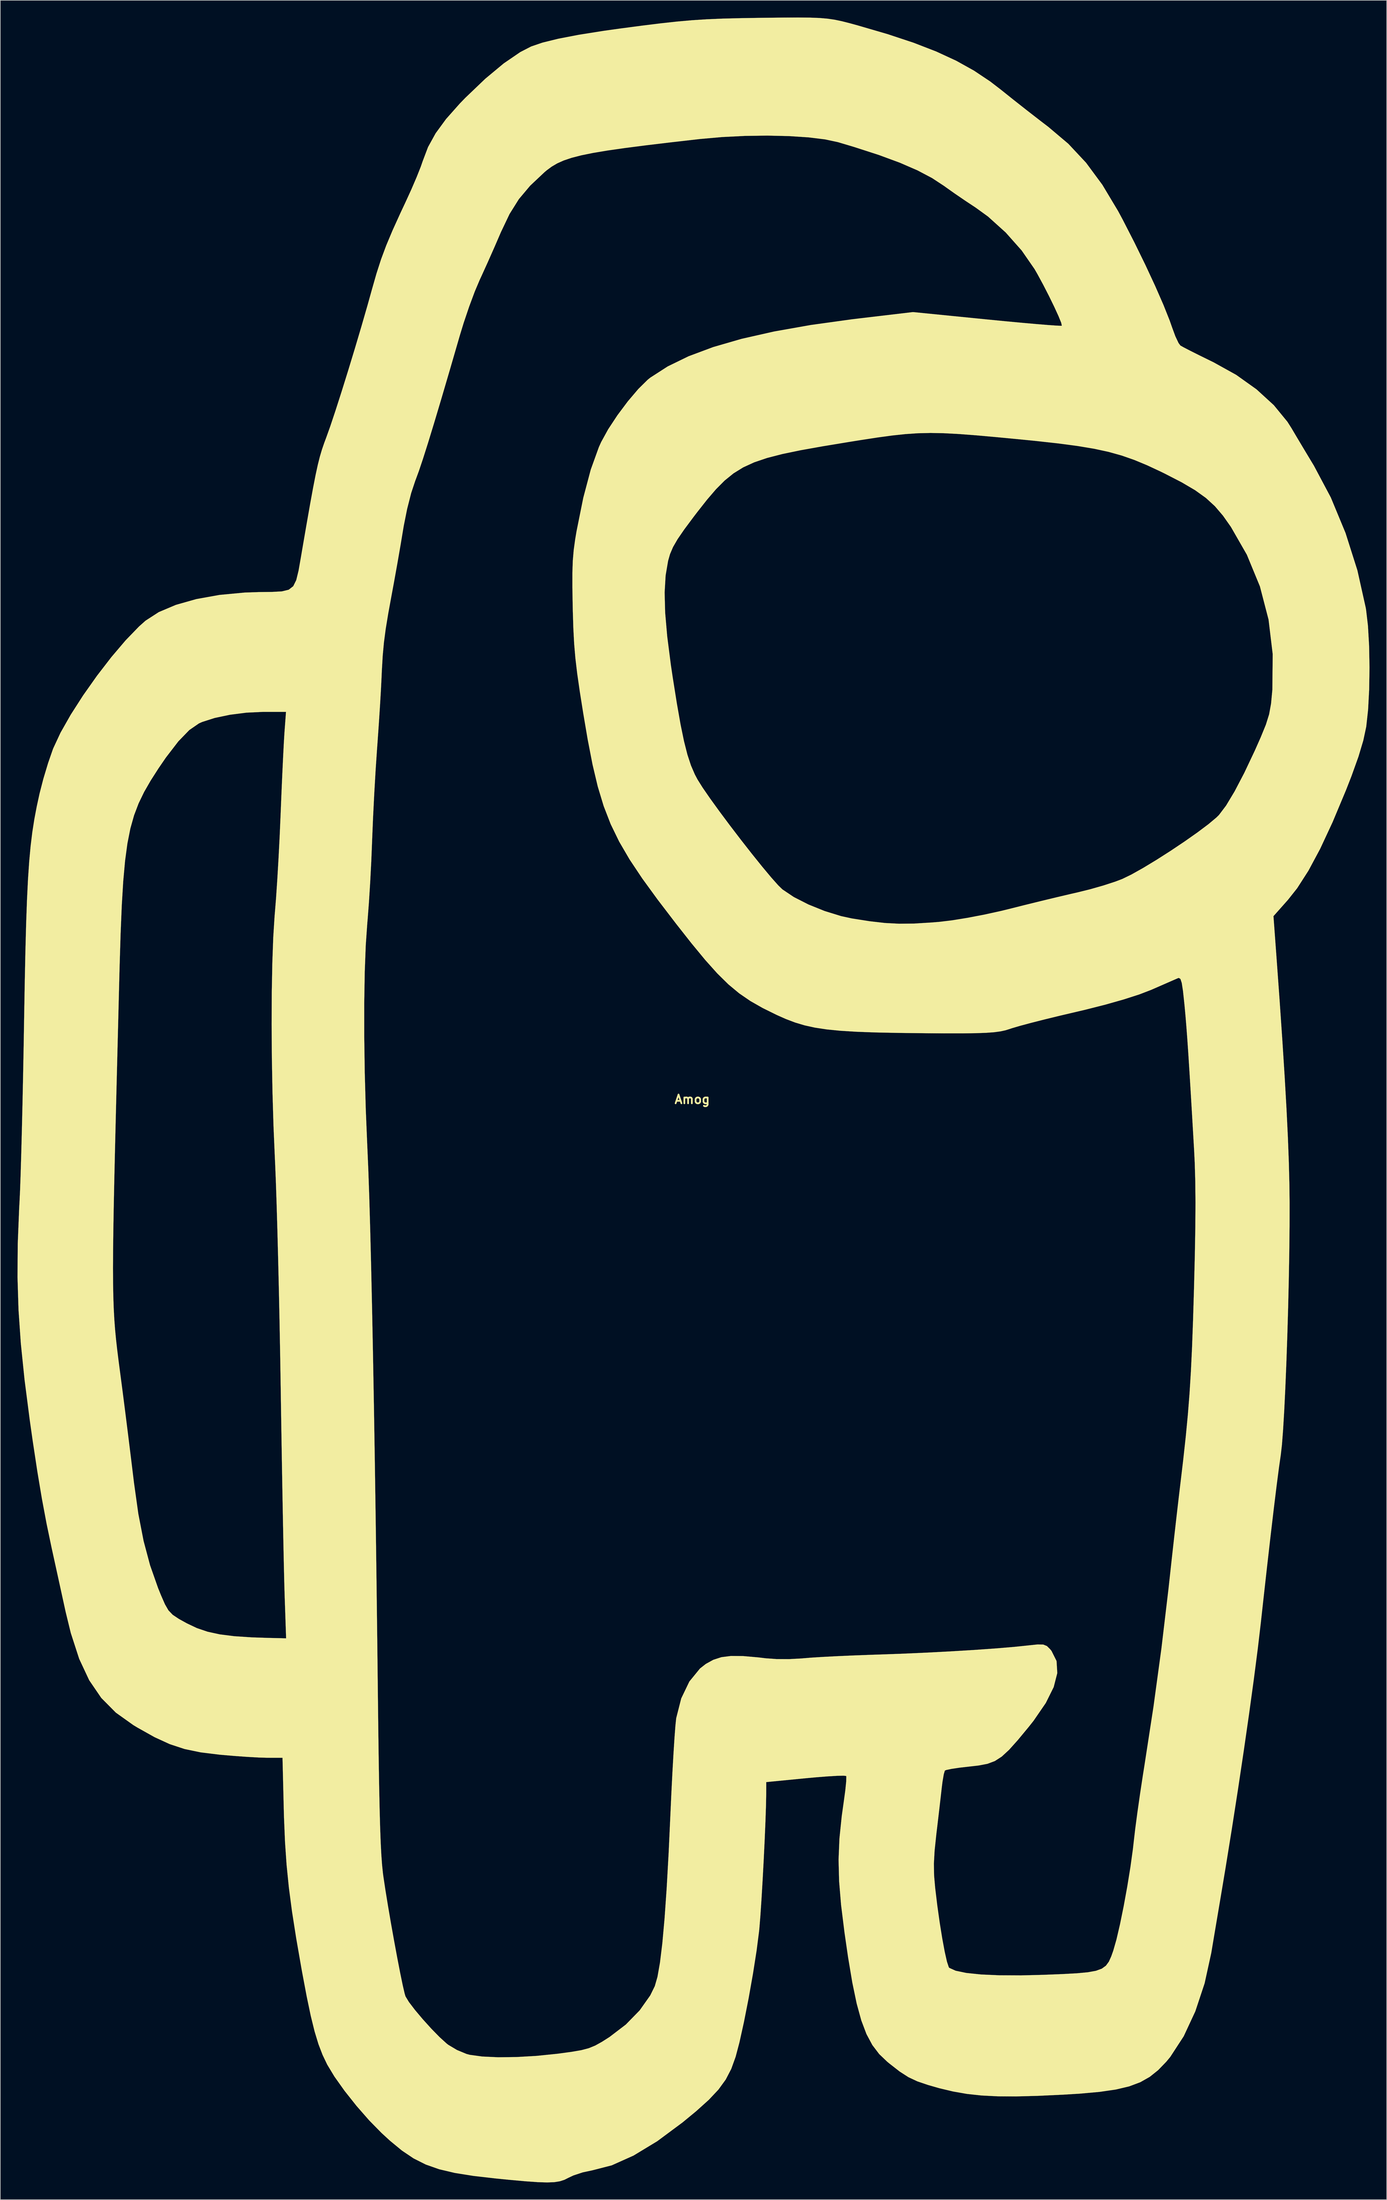
<source format=kicad_pcb>
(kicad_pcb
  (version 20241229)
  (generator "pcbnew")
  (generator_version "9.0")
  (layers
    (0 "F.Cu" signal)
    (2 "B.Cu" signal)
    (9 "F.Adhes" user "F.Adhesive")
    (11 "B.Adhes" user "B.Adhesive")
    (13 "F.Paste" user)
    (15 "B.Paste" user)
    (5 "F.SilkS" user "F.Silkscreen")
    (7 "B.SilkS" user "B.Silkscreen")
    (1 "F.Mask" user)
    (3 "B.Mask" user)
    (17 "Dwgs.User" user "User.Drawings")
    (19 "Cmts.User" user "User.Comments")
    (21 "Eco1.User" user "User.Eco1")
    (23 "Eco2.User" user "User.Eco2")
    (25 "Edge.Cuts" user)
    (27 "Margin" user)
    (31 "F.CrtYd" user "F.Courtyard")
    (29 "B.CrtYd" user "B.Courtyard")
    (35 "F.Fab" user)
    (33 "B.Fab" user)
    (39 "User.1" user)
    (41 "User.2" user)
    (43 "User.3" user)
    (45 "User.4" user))
  (footprint "Amog"
    (layer "F.Cu")
    (at 117.688 188.645)
    (property "Reference" "Amog" (at 0 0 0) (layer "F.SilkS") (effects (font (size 1.524 1.524) (thickness 0.3))))
    (attr through_hole)
    (fp_poly (pts (xy 20.534 -188.621) (xy 22.202 -188.557) (xy 23.595 -188.438) (xy 24.847 -188.254) (xy 26.09 -187.993) (xy 27.459 -187.646) (xy 28.827 -187.271) (xy 34.062 -185.744) (xy 38.602 -184.24) (xy 42.554 -182.71) (xy 46.027 -181.107) (xy 49.13 -179.381) (xy 51.971 -177.483) (xy 53.824 -176.058) (xy 55.956 -174.352) (xy 58.411 -172.419) (xy 60.817 -170.552) (xy 62.089 -169.581) (xy 65.591 -166.623) (xy 68.683 -163.32) (xy 71.526 -159.472) (xy 74.28 -154.876) (xy 75.075 -153.396) (xy 77.106 -149.433) (xy 79.02 -145.521) (xy 80.736 -141.832) (xy 82.179 -138.535) (xy 83.268 -135.8) (xy 83.68 -134.626) (xy 84.258 -133.056) (xy 84.813 -131.883) (xy 85.132 -131.45) (xy 85.692 -131.133) (xy 86.851 -130.533) (xy 88.455 -129.729) (xy 90.349 -128.798) (xy 90.916 -128.522) (xy 94.87 -126.328) (xy 98.413 -123.803) (xy 101.429 -121.046) (xy 103.799 -118.156) (xy 104.501 -117.052) (xy 105.416 -115.504) (xy 106.617 -113.492) (xy 107.9 -111.357) (xy 108.425 -110.49) (xy 111.373 -104.945) (xy 113.938 -98.759) (xy 116.005 -92.249) (xy 117.46 -85.732) (xy 117.522 -85.366) (xy 117.848 -82.58) (xy 118.047 -79.118) (xy 118.117 -75.306) (xy 118.059 -71.473) (xy 117.872 -67.944) (xy 117.556 -65.047) (xy 117.538 -64.93) (xy 117.038 -62.584) (xy 116.197 -59.772) (xy 114.971 -56.352) (xy 114.01 -53.897) (xy 111.682 -48.34) (xy 109.516 -43.692) (xy 107.47 -39.877) (xy 105.506 -36.82) (xy 103.9 -34.795) (xy 101.369 -31.943) (xy 101.863 -25.242) (xy 102.442 -17.229) (xy 102.929 -10.131) (xy 103.328 -3.855) (xy 103.644 1.691) (xy 103.883 6.601) (xy 104.049 10.968) (xy 104.147 14.884) (xy 104.182 18.034) (xy 104.175 22.167) (xy 104.126 26.696) (xy 104.041 31.478) (xy 103.925 36.372) (xy 103.783 41.239) (xy 103.619 45.937) (xy 103.438 50.325) (xy 103.246 54.263) (xy 103.047 57.609) (xy 102.847 60.222) (xy 102.649 61.962) (xy 102.647 61.976) (xy 102.326 64.214) (xy 101.914 67.382) (xy 101.421 71.401) (xy 100.855 76.194) (xy 100.227 81.683) (xy 99.545 87.788) (xy 99.172 91.186) (xy 98.636 95.75) (xy 97.942 101.127) (xy 97.116 107.142) (xy 96.183 113.618) (xy 95.17 120.381) (xy 94.101 127.254) (xy 93.002 134.062) (xy 92.145 139.192) (xy 91.671 141.99) (xy 91.183 144.883) (xy 90.75 147.464) (xy 90.52 148.844) (xy 89.361 154.131) (xy 87.734 159.033) (xy 85.714 163.37) (xy 83.374 166.962) (xy 82.669 167.813) (xy 81.261 169.269) (xy 79.789 170.446) (xy 78.141 171.379) (xy 76.208 172.104) (xy 73.88 172.654) (xy 71.045 173.066) (xy 67.593 173.375) (xy 64.71 173.551) (xy 60.276 173.757) (xy 56.512 173.856) (xy 53.284 173.839) (xy 50.461 173.697) (xy 47.909 173.421) (xy 45.496 172.999) (xy 43.088 172.425) (xy 41.124 171.862) (xy 39.261 171.23) (xy 37.71 170.504) (xy 36.173 169.515) (xy 34.352 168.094) (xy 33.997 167.801) (xy 32.603 166.469) (xy 31.413 164.904) (xy 30.387 162.991) (xy 29.488 160.615) (xy 28.678 157.661) (xy 27.92 154.015) (xy 27.175 149.563) (xy 26.556 145.288) (xy 25.959 140.473) (xy 25.614 136.328) (xy 25.519 132.559) (xy 25.673 128.873) (xy 26.075 124.976) (xy 26.43 122.438) (xy 26.694 120.496) (xy 26.849 118.961) (xy 26.871 118.085) (xy 26.843 117.981) (xy 26.39 117.929) (xy 25.268 117.955) (xy 23.614 118.052) (xy 21.564 118.213) (xy 19.764 118.378) (xy 12.902 119.048) (xy 12.896 121.119) (xy 12.859 123.139) (xy 12.765 125.893) (xy 12.628 129.142) (xy 12.458 132.649) (xy 12.269 136.176) (xy 12.073 139.484) (xy 11.882 142.335) (xy 11.709 144.492) (xy 11.655 145.034) (xy 11.22 148.429) (xy 10.592 152.438) (xy 9.835 156.71) (xy 9.01 160.897) (xy 8.228 164.435) (xy 7.563 166.949) (xy 6.802 169.058) (xy 5.84 170.912) (xy 4.57 172.66) (xy 2.887 174.449) (xy 0.685 176.431) (xy -1.693 178.391) (xy -6.108 181.667) (xy -10.242 184.17) (xy -14.044 185.873) (xy -17.441 186.745) (xy -19.106 187.1) (xy -20.721 187.633) (xy -21.566 188.028) (xy -22.29 188.392) (xy -23.08 188.65) (xy -24.046 188.805) (xy -25.297 188.856) (xy -26.943 188.805) (xy -29.094 188.654) (xy -31.859 188.404) (xy -34.27 188.165) (xy -38.173 187.717) (xy -41.414 187.2) (xy -44.136 186.558) (xy -46.483 185.732) (xy -48.6 184.667) (xy -50.629 183.303) (xy -52.716 181.585) (xy -54.196 180.226) (xy -56.346 178.036) (xy -58.552 175.516) (xy -60.633 172.895) (xy -62.406 170.4) (xy -63.664 168.315) (xy -64.472 166.626) (xy -65.191 164.754) (xy -65.864 162.537) (xy -66.534 159.817) (xy -67.243 156.433) (xy -68.035 152.226) (xy -68.141 151.644) (xy -69.076 146.27) (xy -69.804 141.619) (xy -70.353 137.442) (xy -70.751 133.489) (xy -71.025 129.51) (xy -71.202 125.257) (xy -71.248 123.571) (xy -71.463 114.808) (xy -74.134 114.806) (xy -75.564 114.765) (xy -77.547 114.655) (xy -79.835 114.492) (xy -82.177 114.292) (xy -82.449 114.267) (xy -85.733 113.865) (xy -88.535 113.284) (xy -91.127 112.431) (xy -93.782 111.213) (xy -96.774 109.536) (xy -97.475 109.114) (xy -100.534 106.934) (xy -103.076 104.369) (xy -105.18 101.287) (xy -106.925 97.56) (xy -108.387 93.055) (xy -109.282 89.386) (xy -109.944 86.358) (xy -110.682 82.989) (xy -111.383 79.791) (xy -111.725 78.232) (xy -112.606 74.02) (xy -113.422 69.665) (xy -114.216 64.928) (xy -115.029 59.566) (xy -115.552 55.88) (xy -116.454 48.883) (xy -117.101 42.579) (xy -117.507 36.703) (xy -117.683 30.991) (xy -117.671 29.425) (xy -101.031 29.425) (xy -101.017 32.066) (xy -100.975 34.384) (xy -100.904 36.448) (xy -100.803 38.327) (xy -100.671 40.09) (xy -100.508 41.806) (xy -100.313 43.545) (xy -100.086 45.377) (xy -99.825 47.369) (xy -99.532 49.591) (xy -99.341 51.054) (xy -98.899 54.504) (xy -98.397 58.499) (xy -97.892 62.578) (xy -97.44 66.283) (xy -97.378 66.802) (xy -96.612 72.279) (xy -95.695 77.004) (xy -94.568 81.232) (xy -93.166 85.221) (xy -92.652 86.485) (xy -91.967 88.049) (xy -91.36 89.103) (xy -90.62 89.877) (xy -89.532 90.603) (xy -88.135 91.374) (xy -86.394 92.199) (xy -84.533 92.83) (xy -82.409 93.292) (xy -79.876 93.612) (xy -76.791 93.815) (xy -74.021 93.906) (xy -70.835 93.98) (xy -71.092 86.487) (xy -71.149 84.535) (xy -71.217 81.692) (xy -71.295 78.085) (xy -71.379 73.839) (xy -71.468 69.08) (xy -71.559 63.934) (xy -71.649 58.525) (xy -71.737 52.981) (xy -71.773 50.546) (xy -71.867 44.802) (xy -71.976 38.995) (xy -72.097 33.274) (xy -72.227 27.785) (xy -72.361 22.678) (xy -72.496 18.099) (xy -72.628 14.198) (xy -72.753 11.122) (xy -72.788 10.408) (xy -73.033 4.697) (xy -73.211 -1.24) (xy -73.32 -7.231) (xy -73.362 -13.104) (xy -73.344 -16.818) (xy -57.212 -16.818) (xy -57.211 -10.917) (xy -57.121 -4.655) (xy -56.941 1.806) (xy -56.672 8.304) (xy -56.66 8.544) (xy -56.499 12.303) (xy -56.335 17.029) (xy -56.171 22.674) (xy -56.007 29.19) (xy -55.843 36.526) (xy -55.681 44.636) (xy -55.522 53.469) (xy -55.367 62.978) (xy -55.216 73.114) (xy -55.071 83.828) (xy -54.932 95.072) (xy -54.84 103.124) (xy -54.765 109.579) (xy -54.689 115.103) (xy -54.612 119.782) (xy -54.529 123.701) (xy -54.44 126.946) (xy -54.34 129.602) (xy -54.228 131.754) (xy -54.101 133.488) (xy -53.956 134.89) (xy -53.885 135.435) (xy -53.526 137.829) (xy -53.069 140.635) (xy -52.549 143.672) (xy -51.998 146.756) (xy -51.451 149.705) (xy -50.941 152.335) (xy -50.502 154.464) (xy -50.168 155.908) (xy -50.014 156.416) (xy -49.423 157.392) (xy -48.361 158.785) (xy -47 160.4) (xy -45.514 162.042) (xy -44.074 163.515) (xy -42.854 164.624) (xy -42.555 164.858) (xy -41.038 165.764) (xy -39.376 166.453) (xy -38.817 166.604) (xy -36.644 166.902) (xy -33.855 167.03) (xy -30.626 166.991) (xy -27.138 166.789) (xy -23.566 166.425) (xy -23.299 166.391) (xy -21.028 166.083) (xy -19.348 165.793) (xy -18.049 165.451) (xy -16.919 164.988) (xy -15.745 164.335) (xy -14.429 163.497) (xy -11.588 161.329) (xy -9.173 158.858) (xy -7.327 156.246) (xy -6.532 154.629) (xy -6.066 153.013) (xy -5.628 150.526) (xy -5.216 147.143) (xy -4.829 142.84) (xy -4.463 137.593) (xy -4.116 131.377) (xy -3.821 124.968) (xy -3.645 121.089) (xy -3.46 117.414) (xy -3.273 114.104) (xy -3.095 111.317) (xy -2.936 109.213) (xy -2.804 107.951) (xy -2.795 107.891) (xy -1.92 104.457) (xy -0.505 101.513) (xy 1.348 99.243) (xy 2.364 98.447) (xy 3.67 97.727) (xy 5.084 97.268) (xy 6.761 97.055) (xy 8.857 97.073) (xy 11.526 97.307) (xy 12.806 97.461) (xy 14.684 97.595) (xy 16.913 97.605) (xy 19.044 97.491) (xy 19.257 97.47) (xy 20.708 97.352) (xy 22.792 97.222) (xy 25.335 97.091) (xy 28.162 96.966) (xy 31.1 96.857) (xy 32.254 96.819) (xy 36.532 96.668) (xy 40.883 96.475) (xy 45.161 96.251) (xy 49.222 96.004) (xy 52.918 95.744) (xy 56.105 95.478) (xy 58.638 95.216) (xy 58.726 95.205) (xy 60.248 95.047) (xy 61.211 95.067) (xy 61.853 95.324) (xy 62.417 95.878) (xy 62.657 96.173) (xy 63.538 97.934) (xy 63.665 100.039) (xy 63.038 102.481) (xy 61.66 105.254) (xy 59.533 108.351) (xy 58.697 109.406) (xy 56.779 111.722) (xy 55.261 113.416) (xy 53.981 114.598) (xy 52.778 115.376) (xy 51.49 115.858) (xy 49.956 116.152) (xy 48.373 116.333) (xy 46.639 116.531) (xy 45.221 116.742) (xy 44.301 116.936) (xy 44.054 117.043) (xy 43.865 117.682) (xy 43.644 118.99) (xy 43.515 120.015) (xy 43.326 121.68) (xy 43.059 123.984) (xy 42.755 126.566) (xy 42.573 128.093) (xy 42.268 130.987) (xy 42.14 133.28) (xy 42.179 135.362) (xy 42.365 137.491) (xy 42.734 140.556) (xy 43.155 143.55) (xy 43.597 146.298) (xy 44.029 148.626) (xy 44.419 150.358) (xy 44.738 151.32) (xy 44.825 151.441) (xy 45.936 151.943) (xy 47.797 152.33) (xy 50.359 152.596) (xy 53.569 152.738) (xy 57.378 152.753) (xy 61.283 152.655) (xy 64.521 152.527) (xy 67.054 152.391) (xy 68.982 152.212) (xy 70.406 151.955) (xy 71.427 151.584) (xy 72.145 151.065) (xy 72.661 150.363) (xy 73.076 149.443) (xy 73.435 148.43) (xy 73.984 146.514) (xy 74.605 143.847) (xy 75.25 140.681) (xy 75.872 137.272) (xy 76.423 133.871) (xy 76.857 130.733) (xy 77.02 129.286) (xy 77.268 127.154) (xy 77.643 124.332) (xy 78.102 121.124) (xy 78.601 117.834) (xy 78.84 116.332) (xy 80.449 105.877) (xy 81.828 95.764) (xy 83.058 85.4) (xy 83.259 83.566) (xy 83.652 79.975) (xy 84.074 76.193) (xy 84.489 72.545) (xy 84.86 69.354) (xy 85.074 67.564) (xy 85.627 62.907) (xy 86.077 58.79) (xy 86.44 54.991) (xy 86.733 51.286) (xy 86.971 47.455) (xy 87.17 43.273) (xy 87.345 38.519) (xy 87.51 33.02) (xy 87.657 27.197) (xy 87.743 22.241) (xy 87.769 18.004) (xy 87.735 14.339) (xy 87.641 11.099) (xy 87.533 8.89) (xy 87.219 3.48) (xy 86.952 -1.037) (xy 86.723 -4.783) (xy 86.526 -7.878) (xy 86.351 -10.443) (xy 86.19 -12.599) (xy 86.036 -14.468) (xy 85.881 -16.169) (xy 85.831 -16.678) (xy 85.591 -18.912) (xy 85.377 -20.296) (xy 85.148 -20.997) (xy 84.862 -21.177) (xy 84.714 -21.136) (xy 84.075 -20.858) (xy 82.867 -20.33) (xy 81.282 -19.637) (xy 80.03 -19.09) (xy 77.966 -18.297) (xy 75.248 -17.423) (xy 72.021 -16.509) (xy 68.431 -15.6) (xy 66.927 -15.248) (xy 64.155 -14.598) (xy 61.5 -13.95) (xy 59.116 -13.344) (xy 57.158 -12.819) (xy 55.78 -12.414) (xy 55.437 -12.299) (xy 54.637 -12.047) (xy 53.736 -11.851) (xy 52.632 -11.704) (xy 51.225 -11.601) (xy 49.412 -11.539) (xy 47.093 -11.51) (xy 44.168 -11.51) (xy 40.656 -11.532) (xy 35.976 -11.585) (xy 32.008 -11.666) (xy 28.66 -11.787) (xy 25.838 -11.96) (xy 23.447 -12.197) (xy 21.396 -12.508) (xy 19.59 -12.905) (xy 17.935 -13.401) (xy 16.339 -14.005) (xy 14.735 -14.717) (xy 12.281 -15.928) (xy 10.137 -17.149) (xy 8.183 -18.489) (xy 6.298 -20.058) (xy 4.362 -21.964) (xy 2.254 -24.317) (xy -0.145 -27.225) (xy -2.822 -30.626) (xy -6.036 -34.828) (xy -8.715 -38.51) (xy -10.928 -41.828) (xy -12.742 -44.936) (xy -14.227 -47.989) (xy -15.45 -51.143) (xy -16.481 -54.552) (xy -17.387 -58.371) (xy -18.237 -62.755) (xy -19.01 -67.31) (xy -19.616 -71.131) (xy -20.064 -74.245) (xy -20.382 -76.932) (xy -20.598 -79.473) (xy -20.739 -82.15) (xy -20.834 -85.243) (xy -20.848 -85.852) (xy -20.892 -88.387) (xy -4.82 -88.387) (xy -4.729 -84.882) (xy -4.368 -80.715) (xy -3.734 -75.764) (xy -3.408 -73.572) (xy -2.688 -69.042) (xy -2.043 -65.379) (xy -1.44 -62.447) (xy -0.846 -60.107) (xy -0.226 -58.221) (xy 0.453 -56.65) (xy 0.925 -55.761) (xy 1.806 -54.358) (xy 3.111 -52.467) (xy 4.731 -50.227) (xy 6.558 -47.777) (xy 8.483 -45.26) (xy 10.398 -42.815) (xy 12.195 -40.581) (xy 13.766 -38.7) (xy 15.001 -37.312) (xy 15.724 -36.61) (xy 17.719 -35.273) (xy 20.261 -33.979) (xy 23.094 -32.836) (xy 25.959 -31.952) (xy 27.819 -31.548) (xy 30.928 -31.058) (xy 33.592 -30.753) (xy 36.094 -30.622) (xy 38.716 -30.654) (xy 41.741 -30.839) (xy 43.14 -30.954) (xy 45.329 -31.218) (xy 48.028 -31.656) (xy 50.961 -32.218) (xy 53.853 -32.852) (xy 55.235 -33.19) (xy 57.98 -33.881) (xy 60.887 -34.596) (xy 63.686 -35.27) (xy 66.106 -35.839) (xy 67.129 -36.071) (xy 69.388 -36.629) (xy 71.709 -37.291) (xy 73.78 -37.964) (xy 74.99 -38.423) (xy 76.589 -39.199) (xy 78.635 -40.346) (xy 80.969 -41.759) (xy 83.433 -43.333) (xy 85.869 -44.964) (xy 88.117 -46.546) (xy 90.021 -47.975) (xy 91.421 -49.147) (xy 91.861 -49.58) (xy 93.101 -51.218) (xy 94.592 -53.7) (xy 96.281 -56.928) (xy 98.115 -60.804) (xy 99.149 -63.136) (xy 100.05 -65.338) (xy 100.615 -67.145) (xy 100.953 -69.008) (xy 101.175 -71.377) (xy 101.177 -71.405) (xy 101.239 -77.635) (xy 100.515 -83.655) (xy 99.011 -89.441) (xy 96.731 -94.969) (xy 93.944 -99.825) (xy 92.562 -101.784) (xy 91.158 -103.427) (xy 89.587 -104.867) (xy 87.705 -106.218) (xy 85.369 -107.592) (xy 82.435 -109.103) (xy 81.643 -109.491) (xy 79.297 -110.584) (xy 77.095 -111.498) (xy 74.911 -112.26) (xy 72.618 -112.9) (xy 70.091 -113.447) (xy 67.205 -113.928) (xy 63.834 -114.375) (xy 59.852 -114.814) (xy 57.348 -115.064) (xy 53.107 -115.469) (xy 49.539 -115.788) (xy 46.511 -116.017) (xy 43.892 -116.156) (xy 41.549 -116.201) (xy 39.353 -116.151) (xy 37.17 -116.004) (xy 34.869 -115.758) (xy 32.319 -115.412) (xy 29.389 -114.962) (xy 27.214 -114.613) (xy 22.708 -113.869) (xy 18.908 -113.19) (xy 15.72 -112.529) (xy 13.05 -111.841) (xy 10.803 -111.08) (xy 8.884 -110.201) (xy 7.198 -109.158) (xy 5.651 -107.905) (xy 4.148 -106.396) (xy 2.594 -104.586) (xy 0.895 -102.429) (xy 0.268 -101.61) (xy -1.388 -99.388) (xy -2.561 -97.679) (xy -3.357 -96.301) (xy -3.88 -95.072) (xy -4.215 -93.899) (xy -4.647 -91.353) (xy -4.82 -88.387) (xy -20.892 -88.387) (xy -20.907 -89.216) (xy -20.906 -91.823) (xy -20.833 -93.929) (xy -20.674 -95.79) (xy -20.416 -97.664) (xy -20.181 -99.06) (xy -19.001 -104.911) (xy -17.701 -109.809) (xy -16.287 -113.731) (xy -15.886 -114.619) (xy -14.663 -116.843) (xy -13.049 -119.292) (xy -11.235 -121.715) (xy -9.412 -123.861) (xy -7.772 -125.48) (xy -7.326 -125.839) (xy -4.284 -127.799) (xy -0.633 -129.575) (xy 3.657 -131.177) (xy 8.618 -132.613) (xy 14.281 -133.892) (xy 20.676 -135.024) (xy 27.836 -136.017) (xy 29.029 -136.16) (xy 38.503 -137.278) (xy 51.405 -135.992) (xy 54.542 -135.686) (xy 57.413 -135.417) (xy 59.921 -135.195) (xy 61.971 -135.027) (xy 63.466 -134.921) (xy 64.309 -134.886) (xy 64.461 -134.9) (xy 64.35 -135.415) (xy 63.878 -136.578) (xy 63.137 -138.196) (xy 62.219 -140.079) (xy 61.216 -142.034) (xy 60.221 -143.871) (xy 59.699 -144.78) (xy 57.456 -148.019) (xy 54.668 -151.158) (xy 51.587 -153.935) (xy 49.429 -155.498) (xy 47.621 -156.694) (xy 45.768 -157.96) (xy 44.216 -159.058) (xy 43.946 -159.256) (xy 41.829 -160.647) (xy 39.276 -161.992) (xy 36.206 -163.324) (xy 32.54 -164.675) (xy 28.197 -166.079) (xy 25.4 -166.912) (xy 23.149 -167.393) (xy 20.25 -167.746) (xy 16.854 -167.966) (xy 13.115 -168.05) (xy 9.183 -167.996) (xy 5.211 -167.799) (xy 1.35 -167.457) (xy 1.21 -167.441) (xy -3.817 -166.867) (xy -8.109 -166.353) (xy -11.739 -165.886) (xy -14.776 -165.451) (xy -17.292 -165.031) (xy -19.356 -164.612) (xy -21.039 -164.179) (xy -22.413 -163.717) (xy -23.546 -163.211) (xy -24.511 -162.645) (xy -25.377 -162.005) (xy -25.76 -161.683) (xy -28.276 -159.313) (xy -30.242 -156.975) (xy -31.868 -154.377) (xy -33.368 -151.226) (xy -33.409 -151.13) (xy -34.486 -148.639) (xy -35.67 -145.968) (xy -36.756 -143.575) (xy -37.08 -142.877) (xy -37.935 -140.856) (xy -38.908 -138.24) (xy -39.867 -135.4) (xy -40.533 -133.225) (xy -42.267 -127.251) (xy -43.758 -122.175) (xy -45.025 -117.933) (xy -46.088 -114.461) (xy -46.966 -111.695) (xy -47.679 -109.573) (xy -48.246 -108.031) (xy -48.307 -107.879) (xy -49.022 -105.727) (xy -49.727 -102.967) (xy -50.32 -100.001) (xy -50.404 -99.497) (xy -50.866 -96.719) (xy -51.436 -93.436) (xy -52.03 -90.13) (xy -52.399 -88.138) (xy -53.021 -84.747) (xy -53.468 -82.026) (xy -53.778 -79.664) (xy -53.99 -77.354) (xy -54.14 -74.783) (xy -54.2 -73.406) (xy -54.299 -71.424) (xy -54.458 -68.734) (xy -54.658 -65.636) (xy -54.881 -62.434) (xy -54.97 -61.214) (xy -55.22 -57.528) (xy -55.464 -53.324) (xy -55.676 -49.093) (xy -55.831 -45.326) (xy -55.844 -44.958) (xy -55.982 -41.541) (xy -56.173 -37.872) (xy -56.395 -34.341) (xy -56.624 -31.34) (xy -56.678 -30.734) (xy -56.946 -26.889) (xy -57.124 -22.196) (xy -57.212 -16.818) (xy -73.344 -16.818) (xy -73.335 -18.686) (xy -73.239 -23.803) (xy -73.076 -28.285) (xy -72.844 -31.957) (xy -72.796 -32.515) (xy -72.592 -35.057) (xy -72.373 -38.33) (xy -72.156 -42.047) (xy -71.957 -45.925) (xy -71.794 -49.678) (xy -71.789 -49.784) (xy -71.649 -53.265) (xy -71.502 -56.631) (xy -71.359 -59.668) (xy -71.231 -62.163) (xy -71.127 -63.899) (xy -71.11 -64.135) (xy -70.855 -67.564) (xy -74.903 -67.564) (xy -77.747 -67.432) (xy -80.625 -67.065) (xy -83.282 -66.509) (xy -85.47 -65.809) (xy -86.035 -65.559) (xy -87.717 -64.401) (xy -89.626 -62.431) (xy -91.802 -59.603) (xy -93.105 -57.701) (xy -94.459 -55.587) (xy -95.606 -53.593) (xy -96.565 -51.609) (xy -97.357 -49.526) (xy -98.001 -47.236) (xy -98.517 -44.629) (xy -98.926 -41.596) (xy -99.247 -38.029) (xy -99.5 -33.818) (xy -99.705 -28.855) (xy -99.883 -23.03) (xy -99.953 -20.32) (xy -100.172 -11.653) (xy -100.368 -3.933) (xy -100.539 2.91) (xy -100.686 8.945) (xy -100.808 14.242) (xy -100.904 18.869) (xy -100.973 22.896) (xy -101.016 26.391) (xy -101.031 29.425) (xy -117.671 29.425) (xy -117.641 25.176) (xy -117.394 18.994) (xy -117.327 17.78) (xy -117.236 15.843) (xy -117.136 13.03) (xy -117.03 9.477) (xy -116.92 5.324) (xy -116.811 0.709) (xy -116.707 -4.229) (xy -116.609 -9.351) (xy -116.54 -13.462) (xy -116.426 -20.055) (xy -116.308 -25.738) (xy -116.178 -30.615) (xy -116.029 -34.792) (xy -115.853 -38.375) (xy -115.644 -41.468) (xy -115.394 -44.178) (xy -115.097 -46.609) (xy -114.744 -48.866) (xy -114.33 -51.056) (xy -113.846 -53.282) (xy -113.836 -53.328) (xy -113.174 -55.895) (xy -112.35 -58.635) (xy -111.53 -60.999) (xy -111.447 -61.214) (xy -110.178 -63.94) (xy -108.395 -67.081) (xy -106.233 -70.448) (xy -103.826 -73.856) (xy -101.311 -77.117) (xy -98.823 -80.043) (xy -96.496 -82.449) (xy -95.35 -83.469) (xy -93.043 -84.961) (xy -90.054 -86.224) (xy -86.49 -87.232) (xy -82.462 -87.956) (xy -78.076 -88.369) (xy -75.675 -88.452) (xy -73.288 -88.481) (xy -71.569 -88.575) (xy -70.383 -88.863) (xy -69.594 -89.476) (xy -69.066 -90.544) (xy -68.663 -92.197) (xy -68.248 -94.565) (xy -68.046 -95.759) (xy -67.281 -100.2) (xy -66.652 -103.778) (xy -66.132 -106.624) (xy -65.693 -108.87) (xy -65.307 -110.646) (xy -64.945 -112.085) (xy -64.58 -113.317) (xy -64.183 -114.474) (xy -63.847 -115.373) (xy -63.144 -117.333) (xy -62.234 -120.06) (xy -61.174 -123.361) (xy -60.025 -127.045) (xy -58.845 -130.921) (xy -57.695 -134.795) (xy -56.632 -138.477) (xy -55.866 -141.224) (xy -55.071 -144.007) (xy -54.273 -146.479) (xy -53.372 -148.899) (xy -52.27 -151.525) (xy -50.867 -154.613) (xy -50.05 -156.352) (xy -49.017 -158.608) (xy -48.074 -160.801) (xy -47.344 -162.637) (xy -47.019 -163.576) (xy -46.081 -166.053) (xy -44.756 -168.455) (xy -42.941 -170.937) (xy -40.534 -173.649) (xy -39.583 -174.63) (xy -36.103 -177.957) (xy -32.879 -180.639) (xy -29.993 -182.612) (xy -28.099 -183.588) (xy -26.12 -184.263) (xy -23.351 -184.943) (xy -19.786 -185.629) (xy -15.422 -186.321) (xy -12.7 -186.702) (xy -8.807 -187.216) (xy -5.524 -187.622) (xy -2.662 -187.934) (xy -0.03 -188.167) (xy 2.562 -188.334) (xy 5.302 -188.449) (xy 8.383 -188.528) (xy 11.993 -188.584) (xy 12.555 -188.591) (xy 15.844 -188.627) (xy 18.459 -188.64) (xy 20.534 -188.621)) (stroke (width 0.01) (type solid)) (fill yes) (layer "F.SilkS")))
  (gr_rect
    (start -3 -3)
    (end 238.81 380.506)
    (stroke (width 0.1) (type default))
    (fill no)
    (layer "Edge.Cuts")))
</source>
